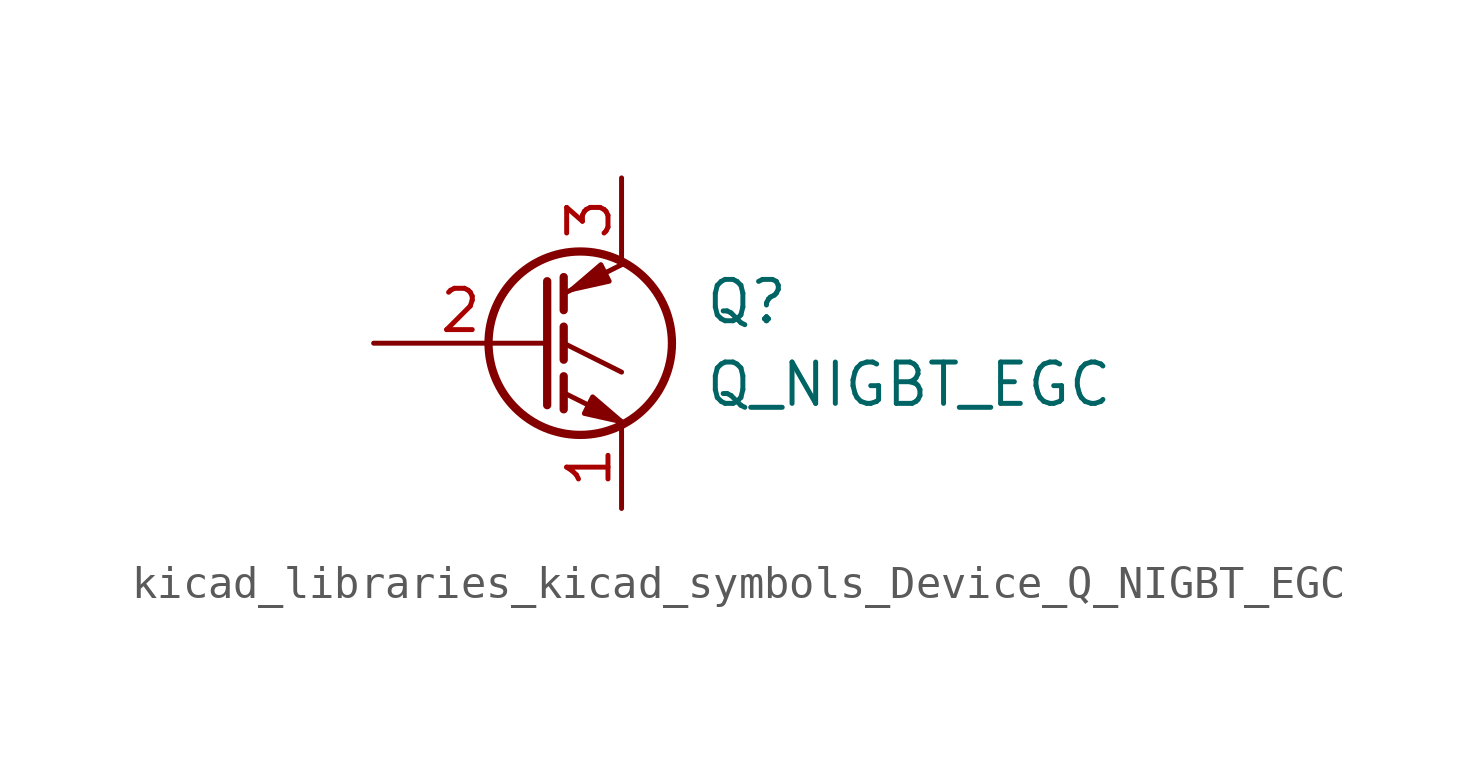
<source format=kicad_sym>
(kicad_symbol_lib
  (version 20220914)
  (generator kicad_symbol_editor)
  (symbol "kicad_libraries_kicad_symbols_Device_Q_NIGBT_EGC"
    (pin_names
      (offset 0) hide)
    (property "Reference" "Q"
      (at 5.08 1.27 0)
      (effects (font (size 1.27 1.27)) (justify left)))
    (property "Value" "Q_NIGBT_EGC"
      (at 5.08 -1.27 0)
      (effects (font (size 1.27 1.27)) (justify left)))
    (symbol "kicad_libraries_kicad_symbols_Device_Q_NIGBT_EGC_0_1"
      (polyline (pts (xy 0.762 -1.016) (xy 0.762 -2.032)) (stroke (width 0.254) (type default)) (fill (type none)))
      (polyline (pts (xy 0.762 0.508) (xy 0.762 -0.508)) (stroke (width 0.254) (type default)) (fill (type none)))
      (polyline (pts (xy 0.762 2.032) (xy 0.762 1.016)) (stroke (width 0.254) (type default)) (fill (type none)))
      (polyline (pts (xy 2.54 -2.413) (xy 0.762 -1.524)) (stroke (width 0) (type default)) (fill (type none)))
      (polyline (pts (xy 2.54 -0.889) (xy 0.762 0)) (stroke (width 0) (type default)) (fill (type none)))
      (polyline (pts (xy 2.54 2.413) (xy 0.762 1.524)) (stroke (width 0) (type default)) (fill (type none)))
      (polyline (pts (xy 0.254 1.905) (xy 0.254 -1.905) (xy 0.254 -1.905)) (stroke (width 0.254) (type default)) (fill (type none)))
      (polyline (pts (xy 1.397 -2.159) (xy 1.651 -1.651) (xy 2.54 -2.413) (xy 1.397 -2.159)) (stroke (width 0) (type default)) (fill (type outline)))
      (polyline (pts (xy 2.159 1.905) (xy 1.905 2.413) (xy 1.016 1.651) (xy 2.159 1.905)) (stroke (width 0) (type default)) (fill (type outline)))
      (circle (center 1.27 0) (radius 2.819) (stroke (width 0.254) (type default)) (fill (type none))))
    (symbol "kicad_libraries_kicad_symbols_Device_Q_NIGBT_EGC_1_1"
      (pin passive line (at 2.54 -5.08 90) (length 2.54) (name "E" (effects (font (size 1.27 1.27)))) (number "1" (effects (font (size 1.27 1.27)))))
      (pin input line (at -5.08 0 0) (length 5.334) (name "G" (effects (font (size 1.27 1.27)))) (number "2" (effects (font (size 1.27 1.27)))))
      (pin passive line (at 2.54 5.08 270) (length 2.54) (name "C" (effects (font (size 1.27 1.27)))) (number "3" (effects (font (size 1.27 1.27))))))))
</source>
